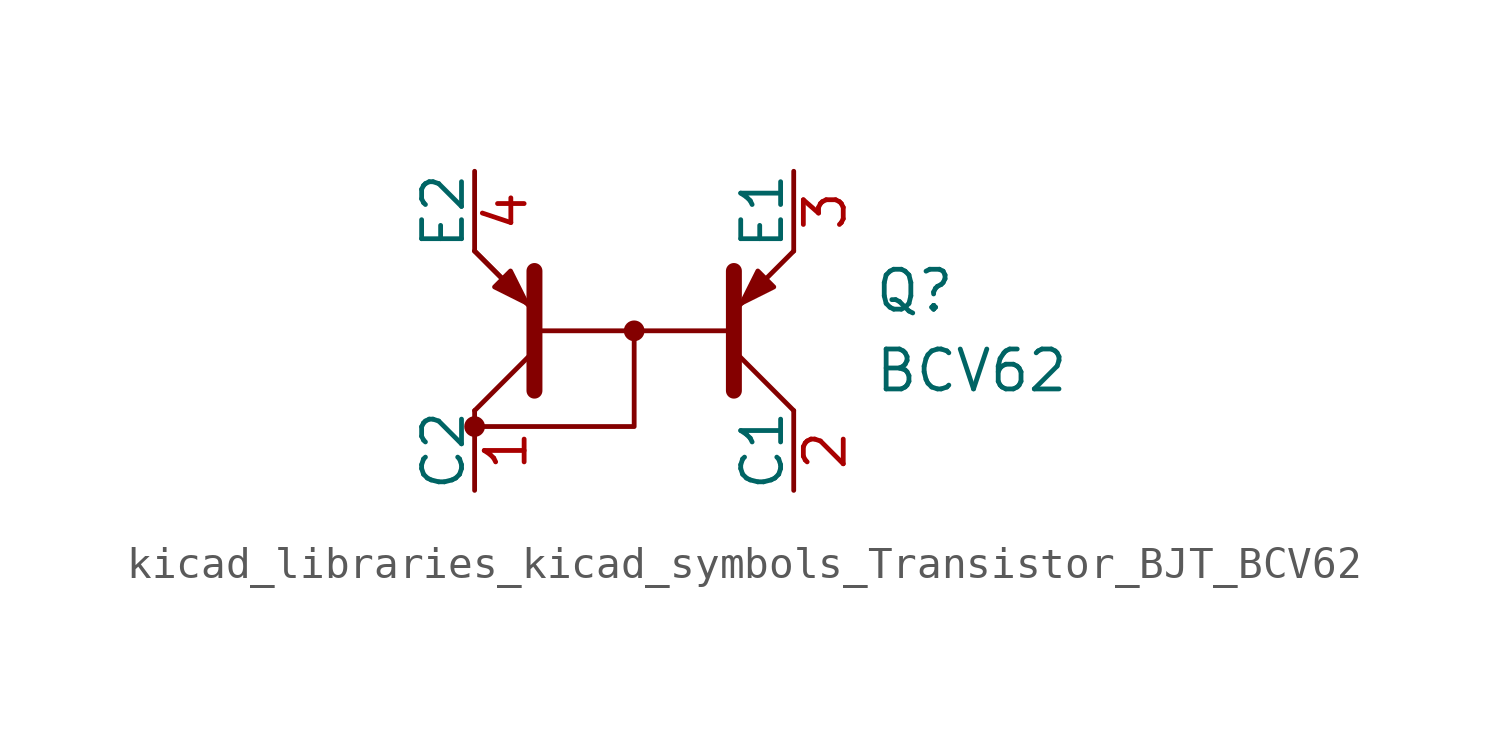
<source format=kicad_sym>
(kicad_symbol_lib
  (version 20220914)
  (generator kicad_symbol_editor)
  (symbol "kicad_libraries_kicad_symbols_Transistor_BJT_BCV62"
    (pin_names
      (offset 0))
    (property "Reference" "Q"
      (at 7.62 1.27 0)
      (effects (font (size 1.27 1.27)) (justify left)))
    (property "Value" "BCV62"
      (at 7.62 -1.27 0)
      (effects (font (size 1.27 1.27)) (justify left)))
    (symbol "kicad_libraries_kicad_symbols_Transistor_BJT_BCV62_0_1"
      (circle (center -5.08 -3.048) (radius 0.254) (stroke (width 0) (type default)) (fill (type outline)))
      (polyline (pts (xy -5.08 -2.54) (xy -3.175 -0.635)) (stroke (width 0) (type default)) (fill (type none)))
      (polyline (pts (xy -5.08 2.54) (xy -3.175 0.635)) (stroke (width 0) (type default)) (fill (type none)))
      (polyline (pts (xy -5.08 2.54) (xy -3.175 0.635)) (stroke (width 0) (type default)) (fill (type none)))
      (polyline (pts (xy 3.175 0) (xy -3.175 0)) (stroke (width 0) (type default)) (fill (type none)))
      (polyline (pts (xy 5.08 -2.54) (xy 3.175 -0.635)) (stroke (width 0) (type default)) (fill (type none)))
      (polyline (pts (xy 5.08 2.54) (xy 3.175 0.635)) (stroke (width 0) (type default)) (fill (type none)))
      (polyline (pts (xy -3.175 -1.905) (xy -3.175 1.905) (xy -3.175 1.905)) (stroke (width 0.508) (type default)) (fill (type outline)))
      (polyline (pts (xy 0 0) (xy 0 -3.048) (xy -5.08 -3.048)) (stroke (width 0) (type default)) (fill (type none)))
      (polyline (pts (xy 3.175 -1.905) (xy 3.175 1.905) (xy 3.175 1.905)) (stroke (width 0.508) (type default)) (fill (type outline)))
      (polyline (pts (xy -3.937 1.905) (xy -4.445 1.397) (xy -3.429 0.889) (xy -3.937 1.905) (xy -3.937 1.905)) (stroke (width 0) (type default)) (fill (type outline)))
      (polyline (pts (xy 3.937 1.905) (xy 4.445 1.397) (xy 3.429 0.889) (xy 3.937 1.905) (xy 3.937 1.905)) (stroke (width 0) (type default)) (fill (type outline)))
      (circle (center 0 0) (radius 0.254) (stroke (width 0) (type default)) (fill (type outline))))
    (symbol "kicad_libraries_kicad_symbols_Transistor_BJT_BCV62_1_1"
      (pin passive line (at -5.08 -5.08 90) (length 2.54) (name "C2" (effects (font (size 1.27 1.27)))) (number "1" (effects (font (size 1.27 1.27)))))
      (pin passive line (at 5.08 -5.08 90) (length 2.54) (name "C1" (effects (font (size 1.27 1.27)))) (number "2" (effects (font (size 1.27 1.27)))))
      (pin passive line (at 5.08 5.08 270) (length 2.54) (name "E1" (effects (font (size 1.27 1.27)))) (number "3" (effects (font (size 1.27 1.27)))))
      (pin passive line (at -5.08 5.08 270) (length 2.54) (name "E2" (effects (font (size 1.27 1.27)))) (number "4" (effects (font (size 1.27 1.27))))))))
</source>
